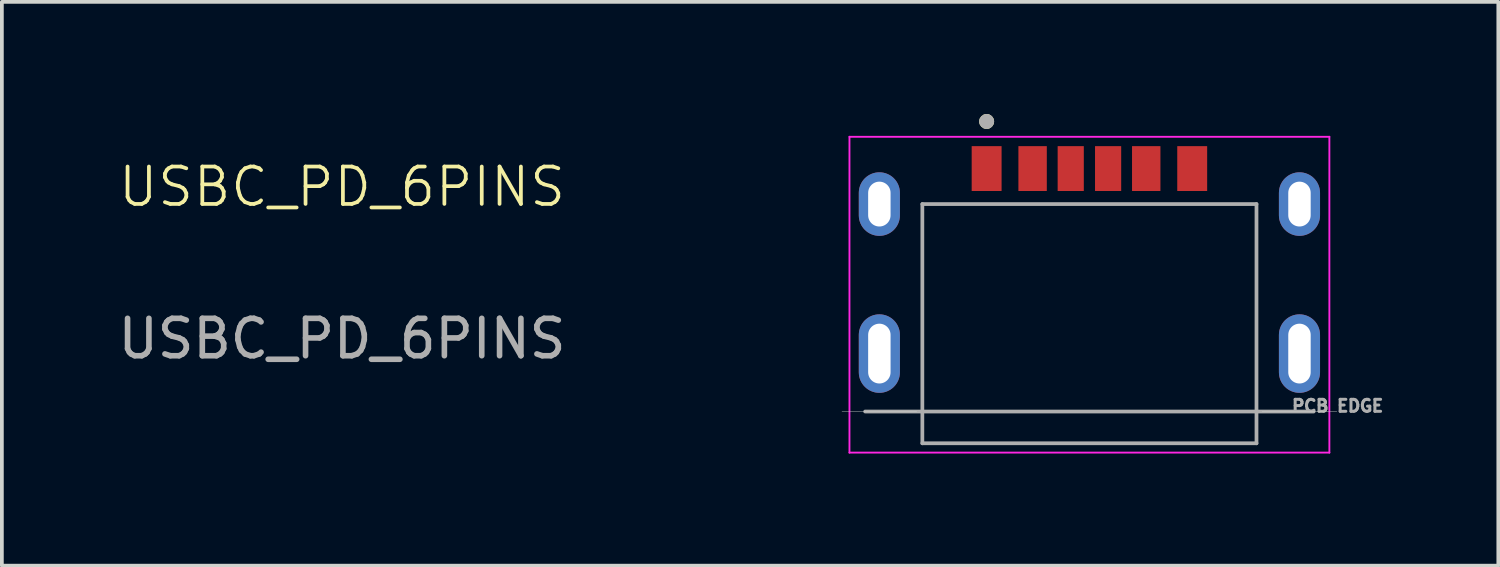
<source format=kicad_pcb>
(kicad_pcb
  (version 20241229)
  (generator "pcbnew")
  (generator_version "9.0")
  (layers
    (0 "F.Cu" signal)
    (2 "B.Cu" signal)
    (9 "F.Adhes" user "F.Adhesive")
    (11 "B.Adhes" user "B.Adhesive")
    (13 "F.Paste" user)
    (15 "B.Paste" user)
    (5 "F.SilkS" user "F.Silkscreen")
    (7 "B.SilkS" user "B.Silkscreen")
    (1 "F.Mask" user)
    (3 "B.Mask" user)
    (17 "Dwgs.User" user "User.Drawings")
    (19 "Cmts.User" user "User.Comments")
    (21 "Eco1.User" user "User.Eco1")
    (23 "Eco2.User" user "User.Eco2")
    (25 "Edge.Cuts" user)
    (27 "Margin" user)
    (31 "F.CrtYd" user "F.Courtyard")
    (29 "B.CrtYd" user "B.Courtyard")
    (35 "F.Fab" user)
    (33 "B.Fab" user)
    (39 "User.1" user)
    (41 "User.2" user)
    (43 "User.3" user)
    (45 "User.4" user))
  (footprint "USBC_PD_6PINS"
    (layer "F.Cu")
    (at 26.167 5.504)
    (property "Reference" "USBC_PD_6PINS" (at -20.066 -3.556 0) (unlocked yes) (layer "F.SilkS") (effects (font (size 1 1) (thickness 0.1))))
    (attr smd)
    (fp_circle (center -2.82 -5.304) (end -2.72 -5.304) (stroke (width 0.2) (type solid)) (fill no) (layer "F.SilkS"))
    (fp_line (start -6.69 2.456) (end -4.69 2.456) (stroke (width 0.01) (type solid)) (layer "Edge.Cuts"))
    (fp_line (start 4.55 2.456) (end 6.55 2.456) (stroke (width 0.01) (type solid)) (layer "Edge.Cuts"))
    (fp_line (start -6.49 -4.894) (end -6.49 3.556) (stroke (width 0.05) (type solid)) (layer "F.CrtYd"))
    (fp_line (start -6.49 3.556) (end 6.35 3.556) (stroke (width 0.05) (type solid)) (layer "F.CrtYd"))
    (fp_line (start 6.35 -4.894) (end -6.49 -4.894) (stroke (width 0.05) (type solid)) (layer "F.CrtYd"))
    (fp_line (start 6.35 3.556) (end 6.35 -4.894) (stroke (width 0.05) (type solid)) (layer "F.CrtYd"))
    (fp_line (start -4.54 -3.094) (end 4.4 -3.094) (stroke (width 0.1) (type solid)) (layer "F.Fab"))
    (fp_line (start -4.54 3.306) (end -4.54 -3.094) (stroke (width 0.1) (type solid)) (layer "F.Fab"))
    (fp_line (start 4.4 -3.094) (end 4.4 3.306) (stroke (width 0.1) (type solid)) (layer "F.Fab"))
    (fp_line (start 4.4 3.306) (end -4.54 3.306) (stroke (width 0.1) (type solid)) (layer "F.Fab"))
    (fp_line (start 5.93 2.456) (end -6.07 2.456) (stroke (width 0.1) (type solid)) (layer "F.Fab"))
    (fp_circle (center -2.82 -5.304) (end -2.72 -5.304) (stroke (width 0.2) (type solid)) (fill no) (layer "F.Fab"))
    (fp_text user "${REFERENCE}" (at -20.066 0.508 0) (unlocked yes) (layer "F.Fab") (effects (font (size 1 1) (thickness 0.15))))
    (fp_text user "PCB EDGE" (at 6.57 2.306 0) (layer "F.Fab") (effects (font (size 0.32 0.32) (thickness 0.15))))
    (pad "A5" smd rect (at -0.57 -4.044) (size 0.7 1.2) (layers "F.Cu" "F.Mask" "F.Paste"))
    (pad "A9" smd rect (at 1.45 -4.044) (size 0.76 1.2) (layers "F.Cu" "F.Mask" "F.Paste"))
    (pad "A12" smd rect (at 2.68 -4.044) (size 0.8 1.2) (layers "F.Cu" "F.Mask" "F.Paste"))
    (pad "B5" smd rect (at 0.43 -4.044) (size 0.7 1.2) (layers "F.Cu" "F.Mask" "F.Paste"))
    (pad "B9" smd rect (at -1.59 -4.044) (size 0.76 1.2) (layers "F.Cu" "F.Mask" "F.Paste"))
    (pad "B12" smd rect (at -2.82 -4.044) (size 0.8 1.2) (layers "F.Cu" "F.Mask" "F.Paste"))
    (pad "S1" thru_hole oval (at -5.69 0.906) (size 1.1 2.1) (drill oval 0.6 1.6) (layers "*.Cu" "*.Mask"))
    (pad "S2" thru_hole oval (at 5.55 0.906) (size 1.1 2.1) (drill oval 0.6 1.6) (layers "*.Cu" "*.Mask"))
    (pad "S3" thru_hole oval (at -5.69 -3.094) (size 1.1 1.7) (drill oval 0.6 1.2) (layers "*.Cu" "*.Mask"))
    (pad "S4" thru_hole oval (at 5.55 -3.094) (size 1.1 1.7) (drill oval 0.6 1.2) (layers "*.Cu" "*.Mask")))
  (gr_rect
    (start -3 -3)
    (end 37.037 12.085)
    (stroke (width 0.1) (type default))
    (fill no)
    (layer "Edge.Cuts")))
</source>
